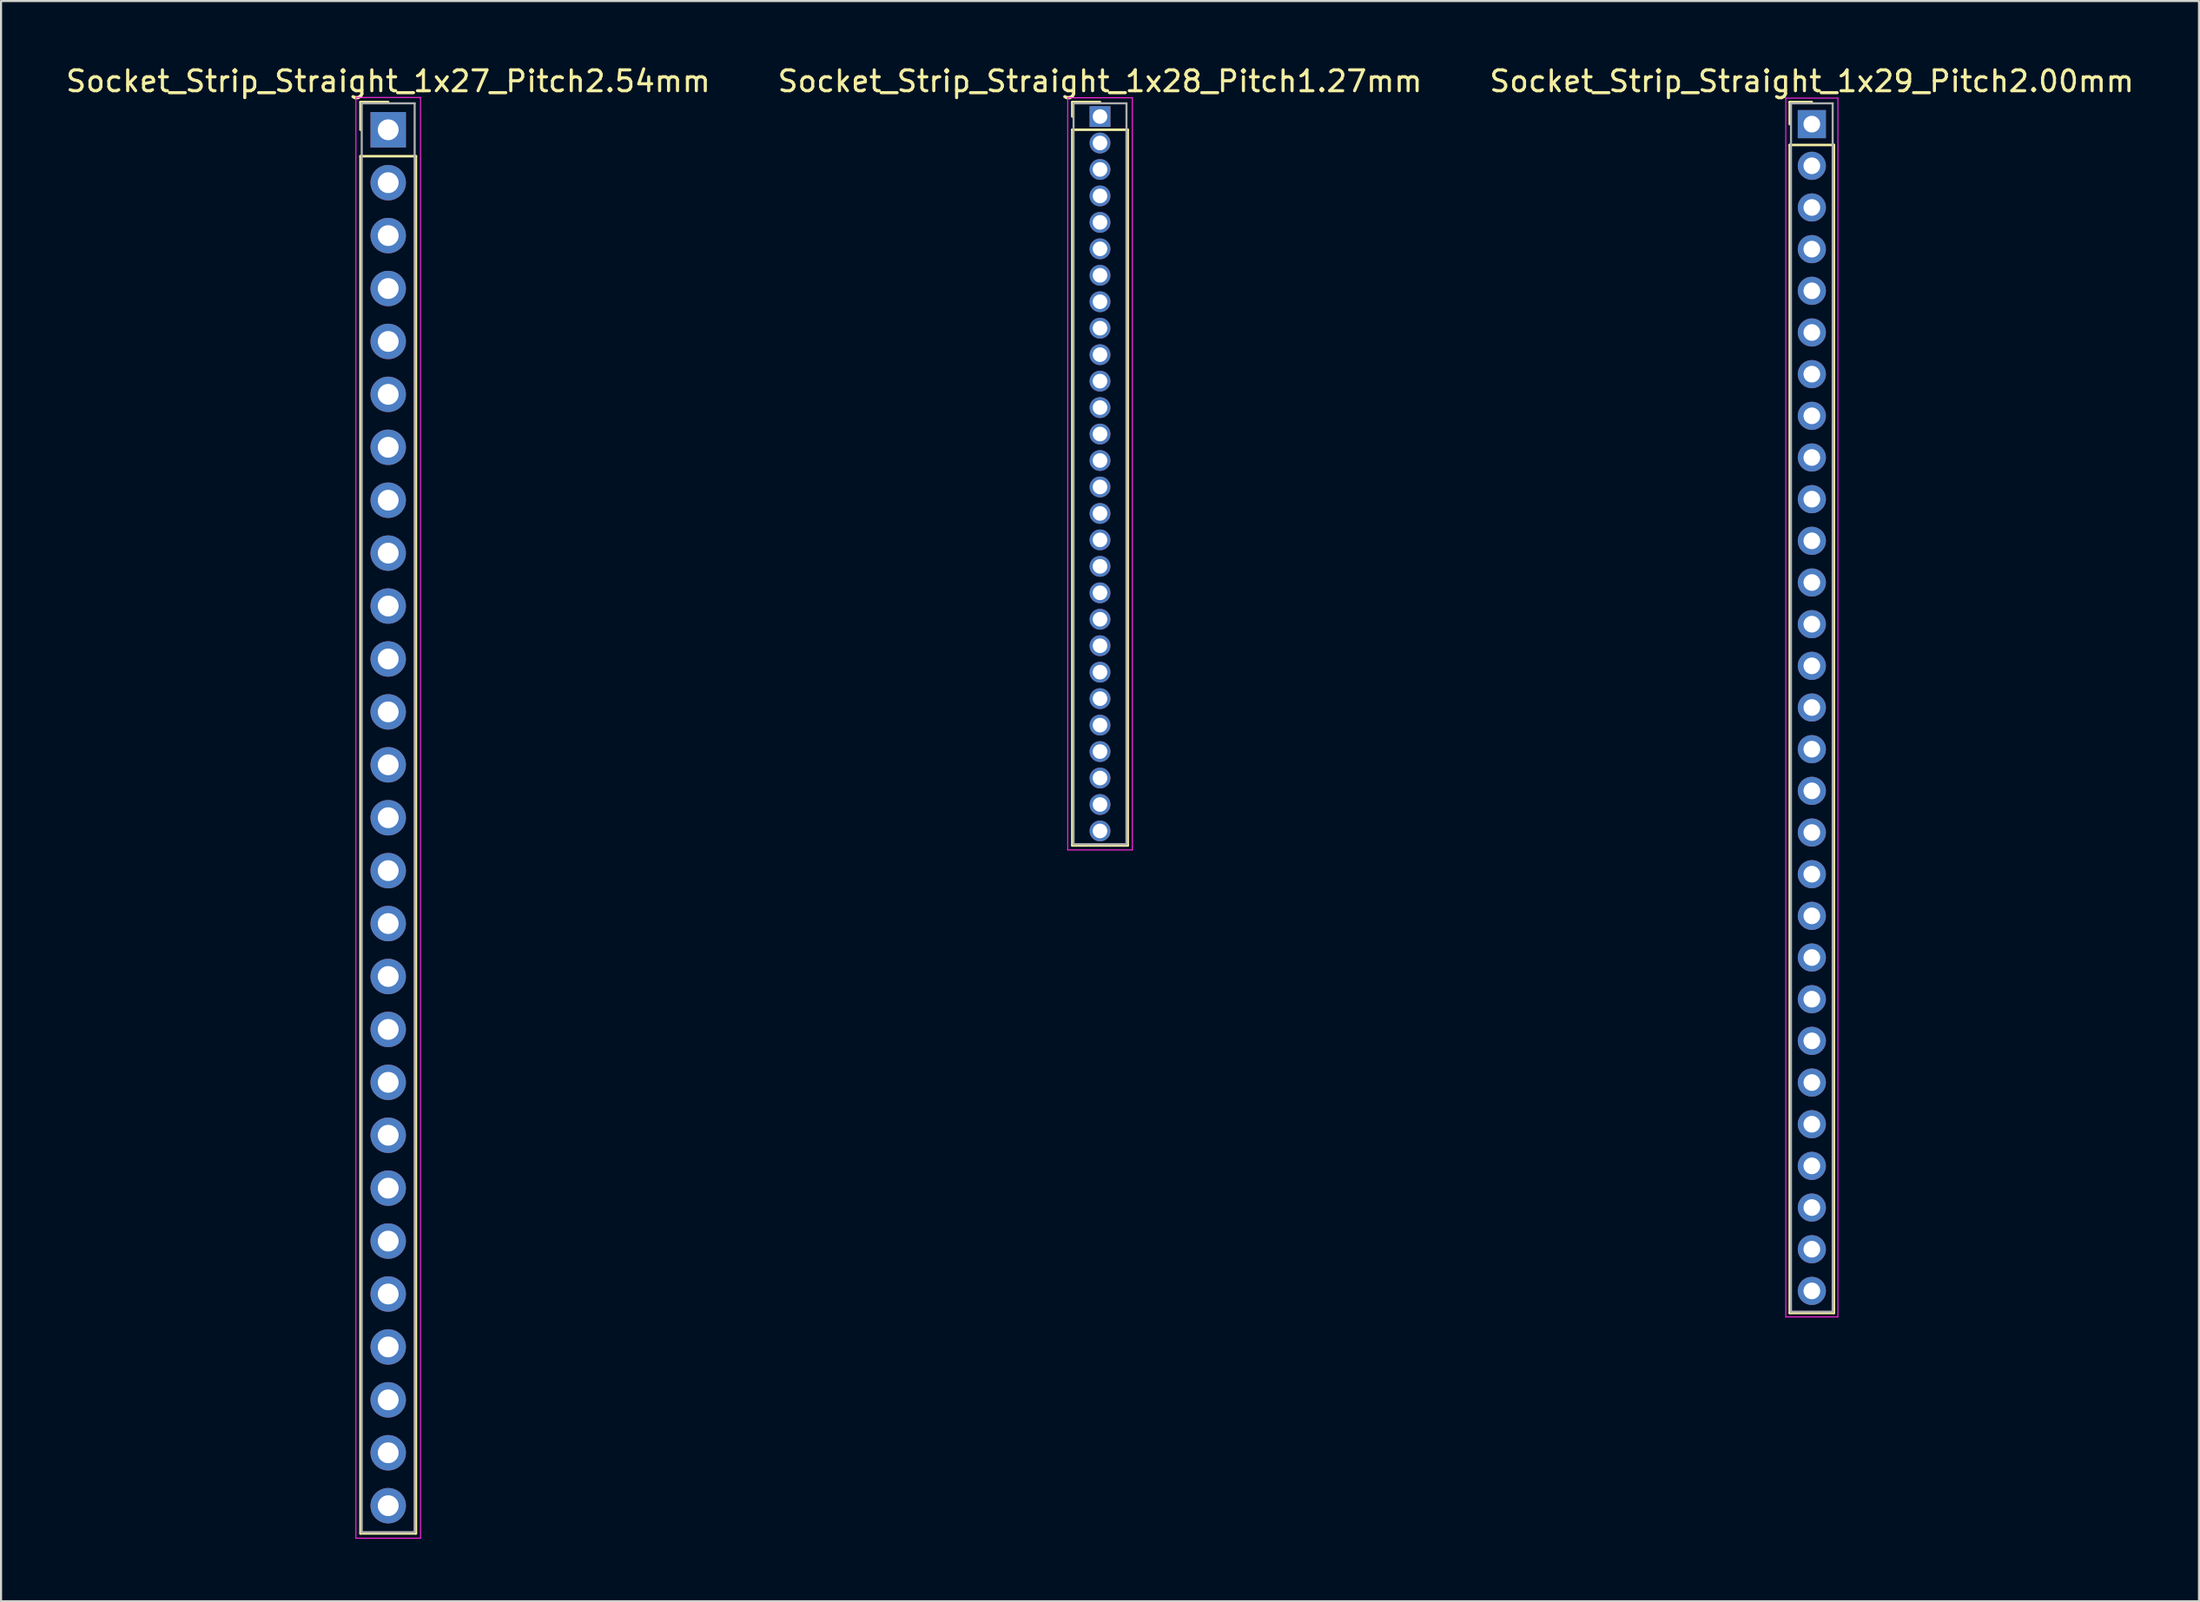
<source format=kicad_pcb>
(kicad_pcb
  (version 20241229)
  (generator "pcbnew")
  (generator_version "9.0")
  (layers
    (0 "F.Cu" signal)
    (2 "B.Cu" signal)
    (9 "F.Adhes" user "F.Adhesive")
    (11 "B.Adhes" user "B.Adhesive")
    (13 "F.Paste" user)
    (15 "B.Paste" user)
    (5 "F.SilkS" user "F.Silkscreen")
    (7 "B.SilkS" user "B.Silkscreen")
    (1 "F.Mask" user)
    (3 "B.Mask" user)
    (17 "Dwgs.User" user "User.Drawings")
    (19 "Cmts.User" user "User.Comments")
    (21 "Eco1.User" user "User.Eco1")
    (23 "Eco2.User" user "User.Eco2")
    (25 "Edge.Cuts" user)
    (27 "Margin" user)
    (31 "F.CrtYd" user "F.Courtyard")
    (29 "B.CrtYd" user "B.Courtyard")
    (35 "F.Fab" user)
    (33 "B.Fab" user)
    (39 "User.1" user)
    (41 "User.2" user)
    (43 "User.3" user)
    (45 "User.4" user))
  (footprint "Socket_Strip_Straight_1x27_Pitch2.54mm"
    (layer "F.Cu")
    (at 15.577 3.178)
    (property "Reference" "Socket_Strip_Straight_1x27_Pitch2.54mm" (at 0 -2.33 0) (layer "F.SilkS") (effects (font (size 1 1) (thickness 0.15))))
    (attr through_hole)
    (fp_line (start -1.33 -1.33) (end 0 -1.33) (stroke (width 0.12) (type solid)) (layer "F.SilkS"))
    (fp_line (start -1.33 0) (end -1.33 -1.33) (stroke (width 0.12) (type solid)) (layer "F.SilkS"))
    (fp_line (start -1.33 1.27) (end -1.33 67.37) (stroke (width 0.12) (type solid)) (layer "F.SilkS"))
    (fp_line (start -1.33 67.37) (end 1.33 67.37) (stroke (width 0.12) (type solid)) (layer "F.SilkS"))
    (fp_line (start 1.33 1.27) (end -1.33 1.27) (stroke (width 0.12) (type solid)) (layer "F.SilkS"))
    (fp_line (start 1.33 67.37) (end 1.33 1.27) (stroke (width 0.12) (type solid)) (layer "F.SilkS"))
    (fp_line (start -1.55 -1.55) (end -1.55 67.6) (stroke (width 0.05) (type solid)) (layer "F.CrtYd"))
    (fp_line (start -1.55 67.6) (end 1.55 67.6) (stroke (width 0.05) (type solid)) (layer "F.CrtYd"))
    (fp_line (start 1.55 -1.55) (end -1.55 -1.55) (stroke (width 0.05) (type solid)) (layer "F.CrtYd"))
    (fp_line (start 1.55 67.6) (end 1.55 -1.55) (stroke (width 0.05) (type solid)) (layer "F.CrtYd"))
    (fp_line (start -1.27 -1.27) (end -1.27 67.31) (stroke (width 0.1) (type solid)) (layer "F.Fab"))
    (fp_line (start -1.27 67.31) (end 1.27 67.31) (stroke (width 0.1) (type solid)) (layer "F.Fab"))
    (fp_line (start 1.27 -1.27) (end -1.27 -1.27) (stroke (width 0.1) (type solid)) (layer "F.Fab"))
    (fp_line (start 1.27 67.31) (end 1.27 -1.27) (stroke (width 0.1) (type solid)) (layer "F.Fab"))
    (pad "1" thru_hole rect (at 0 0) (size 1.7 1.7) (drill 1) (layers "*.Cu" "*.Mask"))
    (pad "2" thru_hole oval (at 0 2.54) (size 1.7 1.7) (drill 1) (layers "*.Cu" "*.Mask"))
    (pad "3" thru_hole oval (at 0 5.08) (size 1.7 1.7) (drill 1) (layers "*.Cu" "*.Mask"))
    (pad "4" thru_hole oval (at 0 7.62) (size 1.7 1.7) (drill 1) (layers "*.Cu" "*.Mask"))
    (pad "5" thru_hole oval (at 0 10.16) (size 1.7 1.7) (drill 1) (layers "*.Cu" "*.Mask"))
    (pad "6" thru_hole oval (at 0 12.7) (size 1.7 1.7) (drill 1) (layers "*.Cu" "*.Mask"))
    (pad "7" thru_hole oval (at 0 15.24) (size 1.7 1.7) (drill 1) (layers "*.Cu" "*.Mask"))
    (pad "8" thru_hole oval (at 0 17.78) (size 1.7 1.7) (drill 1) (layers "*.Cu" "*.Mask"))
    (pad "9" thru_hole oval (at 0 20.32) (size 1.7 1.7) (drill 1) (layers "*.Cu" "*.Mask"))
    (pad "10" thru_hole oval (at 0 22.86) (size 1.7 1.7) (drill 1) (layers "*.Cu" "*.Mask"))
    (pad "11" thru_hole oval (at 0 25.4) (size 1.7 1.7) (drill 1) (layers "*.Cu" "*.Mask"))
    (pad "12" thru_hole oval (at 0 27.94) (size 1.7 1.7) (drill 1) (layers "*.Cu" "*.Mask"))
    (pad "13" thru_hole oval (at 0 30.48) (size 1.7 1.7) (drill 1) (layers "*.Cu" "*.Mask"))
    (pad "14" thru_hole oval (at 0 33.02) (size 1.7 1.7) (drill 1) (layers "*.Cu" "*.Mask"))
    (pad "15" thru_hole oval (at 0 35.56) (size 1.7 1.7) (drill 1) (layers "*.Cu" "*.Mask"))
    (pad "16" thru_hole oval (at 0 38.1) (size 1.7 1.7) (drill 1) (layers "*.Cu" "*.Mask"))
    (pad "17" thru_hole oval (at 0 40.64) (size 1.7 1.7) (drill 1) (layers "*.Cu" "*.Mask"))
    (pad "18" thru_hole oval (at 0 43.18) (size 1.7 1.7) (drill 1) (layers "*.Cu" "*.Mask"))
    (pad "19" thru_hole oval (at 0 45.72) (size 1.7 1.7) (drill 1) (layers "*.Cu" "*.Mask"))
    (pad "20" thru_hole oval (at 0 48.26) (size 1.7 1.7) (drill 1) (layers "*.Cu" "*.Mask"))
    (pad "21" thru_hole oval (at 0 50.8) (size 1.7 1.7) (drill 1) (layers "*.Cu" "*.Mask"))
    (pad "22" thru_hole oval (at 0 53.34) (size 1.7 1.7) (drill 1) (layers "*.Cu" "*.Mask"))
    (pad "23" thru_hole oval (at 0 55.88) (size 1.7 1.7) (drill 1) (layers "*.Cu" "*.Mask"))
    (pad "24" thru_hole oval (at 0 58.42) (size 1.7 1.7) (drill 1) (layers "*.Cu" "*.Mask"))
    (pad "25" thru_hole oval (at 0 60.96) (size 1.7 1.7) (drill 1) (layers "*.Cu" "*.Mask"))
    (pad "26" thru_hole oval (at 0 63.5) (size 1.7 1.7) (drill 1) (layers "*.Cu" "*.Mask"))
    (pad "27" thru_hole oval (at 0 66.04) (size 1.7 1.7) (drill 1) (layers "*.Cu" "*.Mask")))
  (footprint "Socket_Strip_Straight_1x28_Pitch1.27mm"
    (layer "F.Cu")
    (at 49.732 2.543)
    (property "Reference" "Socket_Strip_Straight_1x28_Pitch1.27mm" (at 0 -1.695 0) (layer "F.SilkS") (effects (font (size 1 1) (thickness 0.15))))
    (attr through_hole)
    (fp_line (start -1.33 -0.695) (end 0 -0.695) (stroke (width 0.12) (type solid)) (layer "F.SilkS"))
    (fp_line (start -1.33 0) (end -1.33 -0.695) (stroke (width 0.12) (type solid)) (layer "F.SilkS"))
    (fp_line (start -1.33 0.635) (end -1.33 34.985) (stroke (width 0.12) (type solid)) (layer "F.SilkS"))
    (fp_line (start -1.33 34.985) (end 1.33 34.985) (stroke (width 0.12) (type solid)) (layer "F.SilkS"))
    (fp_line (start 1.33 0.635) (end -1.33 0.635) (stroke (width 0.12) (type solid)) (layer "F.SilkS"))
    (fp_line (start 1.33 34.985) (end 1.33 0.635) (stroke (width 0.12) (type solid)) (layer "F.SilkS"))
    (fp_line (start -1.55 -0.9) (end -1.55 35.2) (stroke (width 0.05) (type solid)) (layer "F.CrtYd"))
    (fp_line (start -1.55 35.2) (end 1.55 35.2) (stroke (width 0.05) (type solid)) (layer "F.CrtYd"))
    (fp_line (start 1.55 -0.9) (end -1.55 -0.9) (stroke (width 0.05) (type solid)) (layer "F.CrtYd"))
    (fp_line (start 1.55 35.2) (end 1.55 -0.9) (stroke (width 0.05) (type solid)) (layer "F.CrtYd"))
    (fp_line (start -1.27 -0.635) (end -1.27 34.925) (stroke (width 0.1) (type solid)) (layer "F.Fab"))
    (fp_line (start -1.27 34.925) (end 1.27 34.925) (stroke (width 0.1) (type solid)) (layer "F.Fab"))
    (fp_line (start 1.27 -0.635) (end -1.27 -0.635) (stroke (width 0.1) (type solid)) (layer "F.Fab"))
    (fp_line (start 1.27 34.925) (end 1.27 -0.635) (stroke (width 0.1) (type solid)) (layer "F.Fab"))
    (pad "1" thru_hole rect (at 0 0) (size 1 1) (drill 0.7) (layers "*.Cu" "*.Mask"))
    (pad "2" thru_hole oval (at 0 1.27) (size 1 1) (drill 0.7) (layers "*.Cu" "*.Mask"))
    (pad "3" thru_hole oval (at 0 2.54) (size 1 1) (drill 0.7) (layers "*.Cu" "*.Mask"))
    (pad "4" thru_hole oval (at 0 3.81) (size 1 1) (drill 0.7) (layers "*.Cu" "*.Mask"))
    (pad "5" thru_hole oval (at 0 5.08) (size 1 1) (drill 0.7) (layers "*.Cu" "*.Mask"))
    (pad "6" thru_hole oval (at 0 6.35) (size 1 1) (drill 0.7) (layers "*.Cu" "*.Mask"))
    (pad "7" thru_hole oval (at 0 7.62) (size 1 1) (drill 0.7) (layers "*.Cu" "*.Mask"))
    (pad "8" thru_hole oval (at 0 8.89) (size 1 1) (drill 0.7) (layers "*.Cu" "*.Mask"))
    (pad "9" thru_hole oval (at 0 10.16) (size 1 1) (drill 0.7) (layers "*.Cu" "*.Mask"))
    (pad "10" thru_hole oval (at 0 11.43) (size 1 1) (drill 0.7) (layers "*.Cu" "*.Mask"))
    (pad "11" thru_hole oval (at 0 12.7) (size 1 1) (drill 0.7) (layers "*.Cu" "*.Mask"))
    (pad "12" thru_hole oval (at 0 13.97) (size 1 1) (drill 0.7) (layers "*.Cu" "*.Mask"))
    (pad "13" thru_hole oval (at 0 15.24) (size 1 1) (drill 0.7) (layers "*.Cu" "*.Mask"))
    (pad "14" thru_hole oval (at 0 16.51) (size 1 1) (drill 0.7) (layers "*.Cu" "*.Mask"))
    (pad "15" thru_hole oval (at 0 17.78) (size 1 1) (drill 0.7) (layers "*.Cu" "*.Mask"))
    (pad "16" thru_hole oval (at 0 19.05) (size 1 1) (drill 0.7) (layers "*.Cu" "*.Mask"))
    (pad "17" thru_hole oval (at 0 20.32) (size 1 1) (drill 0.7) (layers "*.Cu" "*.Mask"))
    (pad "18" thru_hole oval (at 0 21.59) (size 1 1) (drill 0.7) (layers "*.Cu" "*.Mask"))
    (pad "19" thru_hole oval (at 0 22.86) (size 1 1) (drill 0.7) (layers "*.Cu" "*.Mask"))
    (pad "20" thru_hole oval (at 0 24.13) (size 1 1) (drill 0.7) (layers "*.Cu" "*.Mask"))
    (pad "21" thru_hole oval (at 0 25.4) (size 1 1) (drill 0.7) (layers "*.Cu" "*.Mask"))
    (pad "22" thru_hole oval (at 0 26.67) (size 1 1) (drill 0.7) (layers "*.Cu" "*.Mask"))
    (pad "23" thru_hole oval (at 0 27.94) (size 1 1) (drill 0.7) (layers "*.Cu" "*.Mask"))
    (pad "24" thru_hole oval (at 0 29.21) (size 1 1) (drill 0.7) (layers "*.Cu" "*.Mask"))
    (pad "25" thru_hole oval (at 0 30.48) (size 1 1) (drill 0.7) (layers "*.Cu" "*.Mask"))
    (pad "26" thru_hole oval (at 0 31.75) (size 1 1) (drill 0.7) (layers "*.Cu" "*.Mask"))
    (pad "27" thru_hole oval (at 0 33.02) (size 1 1) (drill 0.7) (layers "*.Cu" "*.Mask"))
    (pad "28" thru_hole oval (at 0 34.29) (size 1 1) (drill 0.7) (layers "*.Cu" "*.Mask")))
  (footprint "Socket_Strip_Straight_1x29_Pitch2.00mm"
    (layer "F.Cu")
    (at 83.887 2.908)
    (property "Reference" "Socket_Strip_Straight_1x29_Pitch2.00mm" (at 0 -2.06 0) (layer "F.SilkS") (effects (font (size 1 1) (thickness 0.15))))
    (attr through_hole)
    (fp_line (start -1.06 -1.06) (end 0 -1.06) (stroke (width 0.12) (type solid)) (layer "F.SilkS"))
    (fp_line (start -1.06 0) (end -1.06 -1.06) (stroke (width 0.12) (type solid)) (layer "F.SilkS"))
    (fp_line (start -1.06 1) (end -1.06 57.06) (stroke (width 0.12) (type solid)) (layer "F.SilkS"))
    (fp_line (start -1.06 57.06) (end 1.06 57.06) (stroke (width 0.12) (type solid)) (layer "F.SilkS"))
    (fp_line (start 1.06 1) (end -1.06 1) (stroke (width 0.12) (type solid)) (layer "F.SilkS"))
    (fp_line (start 1.06 57.06) (end 1.06 1) (stroke (width 0.12) (type solid)) (layer "F.SilkS"))
    (fp_line (start -1.25 -1.25) (end -1.25 57.25) (stroke (width 0.05) (type solid)) (layer "F.CrtYd"))
    (fp_line (start -1.25 57.25) (end 1.25 57.25) (stroke (width 0.05) (type solid)) (layer "F.CrtYd"))
    (fp_line (start 1.25 -1.25) (end -1.25 -1.25) (stroke (width 0.05) (type solid)) (layer "F.CrtYd"))
    (fp_line (start 1.25 57.25) (end 1.25 -1.25) (stroke (width 0.05) (type solid)) (layer "F.CrtYd"))
    (fp_line (start -1 -1) (end -1 57) (stroke (width 0.1) (type solid)) (layer "F.Fab"))
    (fp_line (start -1 57) (end 1 57) (stroke (width 0.1) (type solid)) (layer "F.Fab"))
    (fp_line (start 1 -1) (end -1 -1) (stroke (width 0.1) (type solid)) (layer "F.Fab"))
    (fp_line (start 1 57) (end 1 -1) (stroke (width 0.1) (type solid)) (layer "F.Fab"))
    (pad "1" thru_hole rect (at 0 0) (size 1.35 1.35) (drill 0.8) (layers "*.Cu" "*.Mask"))
    (pad "2" thru_hole oval (at 0 2) (size 1.35 1.35) (drill 0.8) (layers "*.Cu" "*.Mask"))
    (pad "3" thru_hole oval (at 0 4) (size 1.35 1.35) (drill 0.8) (layers "*.Cu" "*.Mask"))
    (pad "4" thru_hole oval (at 0 6) (size 1.35 1.35) (drill 0.8) (layers "*.Cu" "*.Mask"))
    (pad "5" thru_hole oval (at 0 8) (size 1.35 1.35) (drill 0.8) (layers "*.Cu" "*.Mask"))
    (pad "6" thru_hole oval (at 0 10) (size 1.35 1.35) (drill 0.8) (layers "*.Cu" "*.Mask"))
    (pad "7" thru_hole oval (at 0 12) (size 1.35 1.35) (drill 0.8) (layers "*.Cu" "*.Mask"))
    (pad "8" thru_hole oval (at 0 14) (size 1.35 1.35) (drill 0.8) (layers "*.Cu" "*.Mask"))
    (pad "9" thru_hole oval (at 0 16) (size 1.35 1.35) (drill 0.8) (layers "*.Cu" "*.Mask"))
    (pad "10" thru_hole oval (at 0 18) (size 1.35 1.35) (drill 0.8) (layers "*.Cu" "*.Mask"))
    (pad "11" thru_hole oval (at 0 20) (size 1.35 1.35) (drill 0.8) (layers "*.Cu" "*.Mask"))
    (pad "12" thru_hole oval (at 0 22) (size 1.35 1.35) (drill 0.8) (layers "*.Cu" "*.Mask"))
    (pad "13" thru_hole oval (at 0 24) (size 1.35 1.35) (drill 0.8) (layers "*.Cu" "*.Mask"))
    (pad "14" thru_hole oval (at 0 26) (size 1.35 1.35) (drill 0.8) (layers "*.Cu" "*.Mask"))
    (pad "15" thru_hole oval (at 0 28) (size 1.35 1.35) (drill 0.8) (layers "*.Cu" "*.Mask"))
    (pad "16" thru_hole oval (at 0 30) (size 1.35 1.35) (drill 0.8) (layers "*.Cu" "*.Mask"))
    (pad "17" thru_hole oval (at 0 32) (size 1.35 1.35) (drill 0.8) (layers "*.Cu" "*.Mask"))
    (pad "18" thru_hole oval (at 0 34) (size 1.35 1.35) (drill 0.8) (layers "*.Cu" "*.Mask"))
    (pad "19" thru_hole oval (at 0 36) (size 1.35 1.35) (drill 0.8) (layers "*.Cu" "*.Mask"))
    (pad "20" thru_hole oval (at 0 38) (size 1.35 1.35) (drill 0.8) (layers "*.Cu" "*.Mask"))
    (pad "21" thru_hole oval (at 0 40) (size 1.35 1.35) (drill 0.8) (layers "*.Cu" "*.Mask"))
    (pad "22" thru_hole oval (at 0 42) (size 1.35 1.35) (drill 0.8) (layers "*.Cu" "*.Mask"))
    (pad "23" thru_hole oval (at 0 44) (size 1.35 1.35) (drill 0.8) (layers "*.Cu" "*.Mask"))
    (pad "24" thru_hole oval (at 0 46) (size 1.35 1.35) (drill 0.8) (layers "*.Cu" "*.Mask"))
    (pad "25" thru_hole oval (at 0 48) (size 1.35 1.35) (drill 0.8) (layers "*.Cu" "*.Mask"))
    (pad "26" thru_hole oval (at 0 50) (size 1.35 1.35) (drill 0.8) (layers "*.Cu" "*.Mask"))
    (pad "27" thru_hole oval (at 0 52) (size 1.35 1.35) (drill 0.8) (layers "*.Cu" "*.Mask"))
    (pad "28" thru_hole oval (at 0 54) (size 1.35 1.35) (drill 0.8) (layers "*.Cu" "*.Mask"))
    (pad "29" thru_hole oval (at 0 56) (size 1.35 1.35) (drill 0.8) (layers "*.Cu" "*.Mask")))
  (gr_rect
    (start -3 -3)
    (end 102.464 73.803)
    (stroke (width 0.1) (type default))
    (fill no)
    (layer "Edge.Cuts")))
</source>
